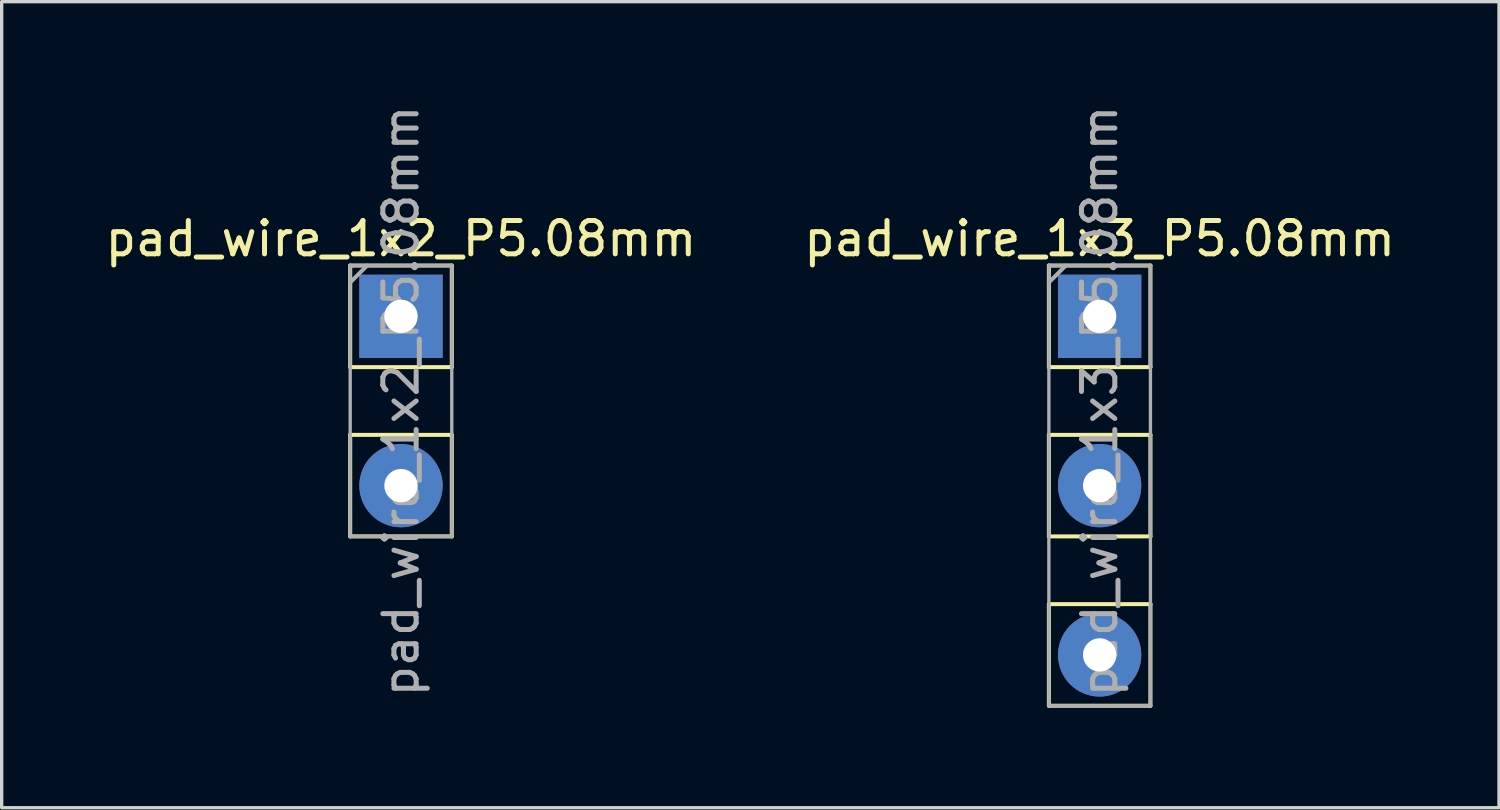
<source format=kicad_pcb>
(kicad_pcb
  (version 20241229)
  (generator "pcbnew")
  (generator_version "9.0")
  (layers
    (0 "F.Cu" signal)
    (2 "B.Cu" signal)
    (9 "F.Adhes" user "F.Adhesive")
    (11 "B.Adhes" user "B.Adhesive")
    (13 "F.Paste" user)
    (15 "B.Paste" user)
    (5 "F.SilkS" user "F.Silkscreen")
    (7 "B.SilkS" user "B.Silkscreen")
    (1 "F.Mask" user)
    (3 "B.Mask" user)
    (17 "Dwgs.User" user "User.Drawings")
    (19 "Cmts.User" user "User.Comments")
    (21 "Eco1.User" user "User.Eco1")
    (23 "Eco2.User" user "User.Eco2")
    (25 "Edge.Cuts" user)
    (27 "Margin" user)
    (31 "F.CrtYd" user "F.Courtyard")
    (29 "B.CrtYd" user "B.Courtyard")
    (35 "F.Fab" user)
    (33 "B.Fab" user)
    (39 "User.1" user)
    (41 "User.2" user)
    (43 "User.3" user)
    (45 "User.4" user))
  (footprint "pad_wire_1x2_P5.08mm"
    (layer "F.Cu")
    (at 8.982 6.442)
    (property "Reference" "pad_wire_1x2_P5.08mm" (at 0 -2.33 0) (layer "F.SilkS") (effects (font (size 1 1) (thickness 0.15))))
    (attr through_hole)
    (fp_line (start -1.524 -1.524) (end 1.524 -1.524) (stroke (width 0.12) (type solid)) (layer "F.SilkS"))
    (fp_line (start -1.524 1.524) (end -1.524 -1.524) (stroke (width 0.12) (type solid)) (layer "F.SilkS"))
    (fp_line (start -1.524 3.556) (end 1.524 3.556) (stroke (width 0.12) (type solid)) (layer "F.SilkS"))
    (fp_line (start -1.524 6.604) (end -1.524 3.556) (stroke (width 0.12) (type solid)) (layer "F.SilkS"))
    (fp_line (start 1.524 -1.524) (end 1.524 1.524) (stroke (width 0.12) (type solid)) (layer "F.SilkS"))
    (fp_line (start 1.524 1.524) (end -1.524 1.524) (stroke (width 0.12) (type solid)) (layer "F.SilkS"))
    (fp_line (start 1.524 3.556) (end 1.524 6.604) (stroke (width 0.12) (type solid)) (layer "F.SilkS"))
    (fp_line (start 1.524 6.604) (end -1.524 6.604) (stroke (width 0.12) (type solid)) (layer "F.SilkS"))
    (fp_line (start -1.524 -1.524) (end 1.524 -1.524) (stroke (width 0.1) (type solid)) (layer "F.Fab"))
    (fp_line (start -1.524 -1.016) (end -1.016 -1.524) (stroke (width 0.12) (type solid)) (layer "F.Fab"))
    (fp_line (start -1.524 6.604) (end -1.524 -1.524) (stroke (width 0.1) (type solid)) (layer "F.Fab"))
    (fp_line (start 1.524 -1.524) (end 1.524 6.604) (stroke (width 0.1) (type solid)) (layer "F.Fab"))
    (fp_line (start 1.524 6.604) (end -1.524 6.604) (stroke (width 0.1) (type solid)) (layer "F.Fab"))
    (fp_text user "${REFERENCE}" (at 0 2.54 90) (layer "F.Fab") (effects (font (size 1 1) (thickness 0.15))))
    (pad "1" thru_hole rect (at 0 0) (size 2.5 2.5) (drill 1) (layers "*.Cu" "*.Mask"))
    (pad "2" thru_hole oval (at 0 5.08) (size 2.5 2.5) (drill 1) (layers "*.Cu" "*.Mask")))
  (footprint "pad_wire_1x3_P5.08mm"
    (layer "F.Cu")
    (at 29.946 6.442)
    (property "Reference" "pad_wire_1x3_P5.08mm" (at 0 -2.33 0) (layer "F.SilkS") (effects (font (size 1 1) (thickness 0.15))))
    (attr through_hole)
    (fp_line (start -1.524 -1.524) (end 1.524 -1.524) (stroke (width 0.12) (type solid)) (layer "F.SilkS"))
    (fp_line (start -1.524 1.524) (end -1.524 -1.524) (stroke (width 0.12) (type solid)) (layer "F.SilkS"))
    (fp_line (start -1.524 3.556) (end 1.524 3.556) (stroke (width 0.12) (type solid)) (layer "F.SilkS"))
    (fp_line (start -1.524 6.604) (end -1.524 3.556) (stroke (width 0.12) (type solid)) (layer "F.SilkS"))
    (fp_line (start -1.524 8.636) (end 1.524 8.636) (stroke (width 0.12) (type solid)) (layer "F.SilkS"))
    (fp_line (start -1.524 11.684) (end -1.524 8.636) (stroke (width 0.12) (type solid)) (layer "F.SilkS"))
    (fp_line (start 1.524 -1.524) (end 1.524 1.524) (stroke (width 0.12) (type solid)) (layer "F.SilkS"))
    (fp_line (start 1.524 1.524) (end -1.524 1.524) (stroke (width 0.12) (type solid)) (layer "F.SilkS"))
    (fp_line (start 1.524 3.556) (end 1.524 6.604) (stroke (width 0.12) (type solid)) (layer "F.SilkS"))
    (fp_line (start 1.524 6.604) (end -1.524 6.604) (stroke (width 0.12) (type solid)) (layer "F.SilkS"))
    (fp_line (start 1.524 8.636) (end 1.524 11.684) (stroke (width 0.12) (type solid)) (layer "F.SilkS"))
    (fp_line (start 1.524 11.684) (end -1.524 11.684) (stroke (width 0.12) (type solid)) (layer "F.SilkS"))
    (fp_line (start -1.524 -1.524) (end -1.524 11.684) (stroke (width 0.1) (type solid)) (layer "F.Fab"))
    (fp_line (start -1.524 -1.524) (end 1.524 -1.524) (stroke (width 0.1) (type solid)) (layer "F.Fab"))
    (fp_line (start -1.524 -1.016) (end -1.016 -1.524) (stroke (width 0.12) (type solid)) (layer "F.Fab"))
    (fp_line (start -1.524 11.684) (end 1.524 11.684) (stroke (width 0.1) (type solid)) (layer "F.Fab"))
    (fp_line (start 1.524 -1.524) (end 1.524 11.684) (stroke (width 0.1) (type solid)) (layer "F.Fab"))
    (fp_text user "${REFERENCE}" (at 0 2.54 90) (layer "F.Fab") (effects (font (size 1 1) (thickness 0.15))))
    (pad "1" thru_hole rect (at 0 0) (size 2.5 2.5) (drill 1) (layers "*.Cu" "*.Mask"))
    (pad "2" thru_hole oval (at 0 5.08) (size 2.5 2.5) (drill 1) (layers "*.Cu" "*.Mask"))
    (pad "3" thru_hole oval (at 0 10.16) (size 2.5 2.5) (drill 1) (layers "*.Cu" "*.Mask")))
  (gr_rect
    (start -3 -3)
    (end 41.929 21.186)
    (stroke (width 0.1) (type default))
    (fill no)
    (layer "Edge.Cuts")))
</source>
